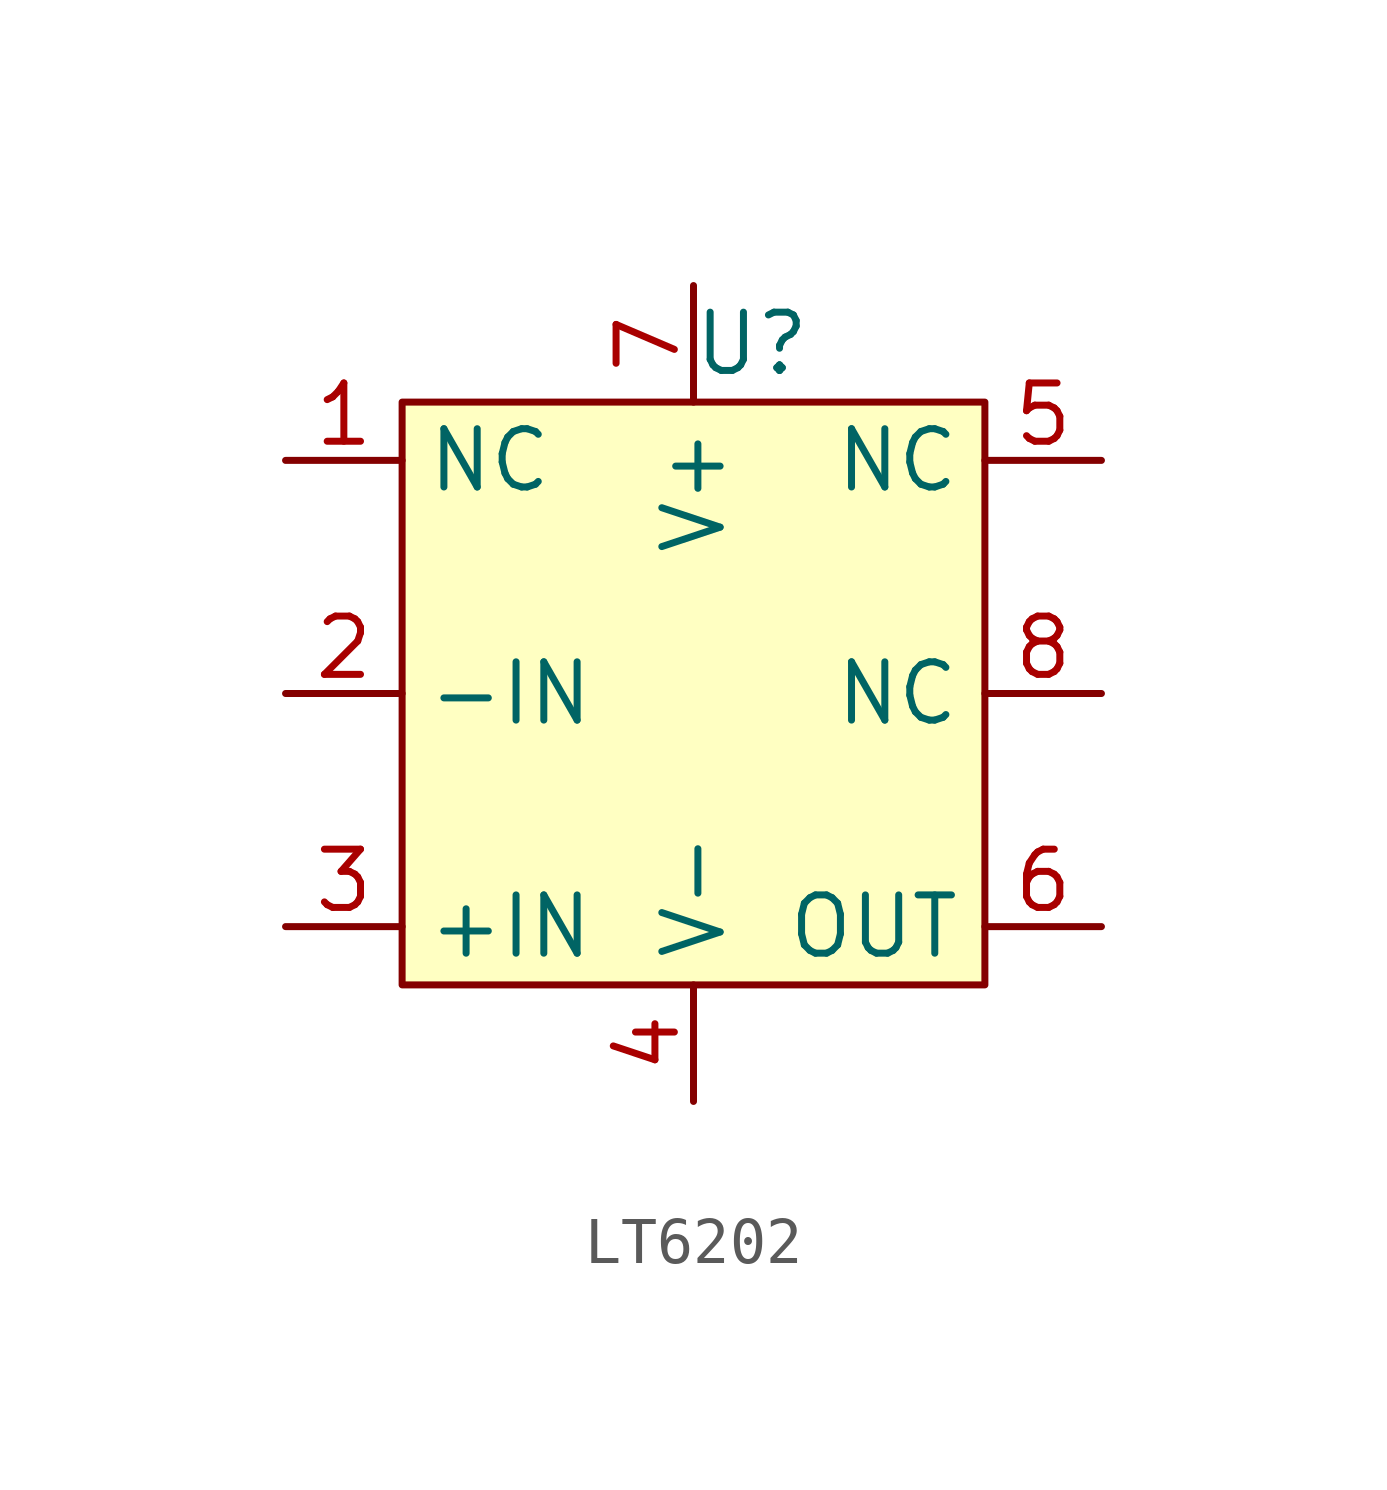
<source format=kicad_sym>
(kicad_symbol_lib
  (version 20241209)
  (generator "kicad_symbol_editor")
  (generator_version "9.0")
  (symbol "LT6202"
    (property "Reference" "U"
      (at -24.13 13.97 0)
      (effects (font (size 1.27 1.27))))
    (property "Value" ""
      (at -24.13 13.97 0)
      (effects (font (size 1.27 1.27))))
    (symbol "LT6202_1_1"
      (rectangle (start -31.75 12.7) (end -19.05 0) (stroke (width 0) (type default)) (fill (type color) (color 255 255 194 1)))
      (pin input line (at -34.29 11.43 0) (length 2.54) (name "NC" (effects (font (size 1.27 1.27)))) (number "1" (effects (font (size 1.27 1.27)))))
      (pin input line (at -34.29 6.35 0) (length 2.54) (name "-IN" (effects (font (size 1.27 1.27)))) (number "2" (effects (font (size 1.27 1.27)))))
      (pin input line (at -34.29 1.27 0) (length 2.54) (name "+IN" (effects (font (size 1.27 1.27)))) (number "3" (effects (font (size 1.27 1.27)))))
      (pin input line (at -25.4 15.24 270) (length 2.54) (name "V+" (effects (font (size 1.27 1.27)))) (number "7" (effects (font (size 1.27 1.27)))))
      (pin input line (at -25.4 -2.54 90) (length 2.54) (name "V-" (effects (font (size 1.27 1.27)))) (number "4" (effects (font (size 1.27 1.27)))))
      (pin input line (at -16.51 11.43 180) (length 2.54) (name "NC" (effects (font (size 1.27 1.27)))) (number "5" (effects (font (size 1.27 1.27)))))
      (pin input line (at -16.51 6.35 180) (length 2.54) (name "NC" (effects (font (size 1.27 1.27)))) (number "8" (effects (font (size 1.27 1.27)))))
      (pin output line (at -16.51 1.27 180) (length 2.54) (name "OUT" (effects (font (size 1.27 1.27)))) (number "6" (effects (font (size 1.27 1.27))))))))
</source>
